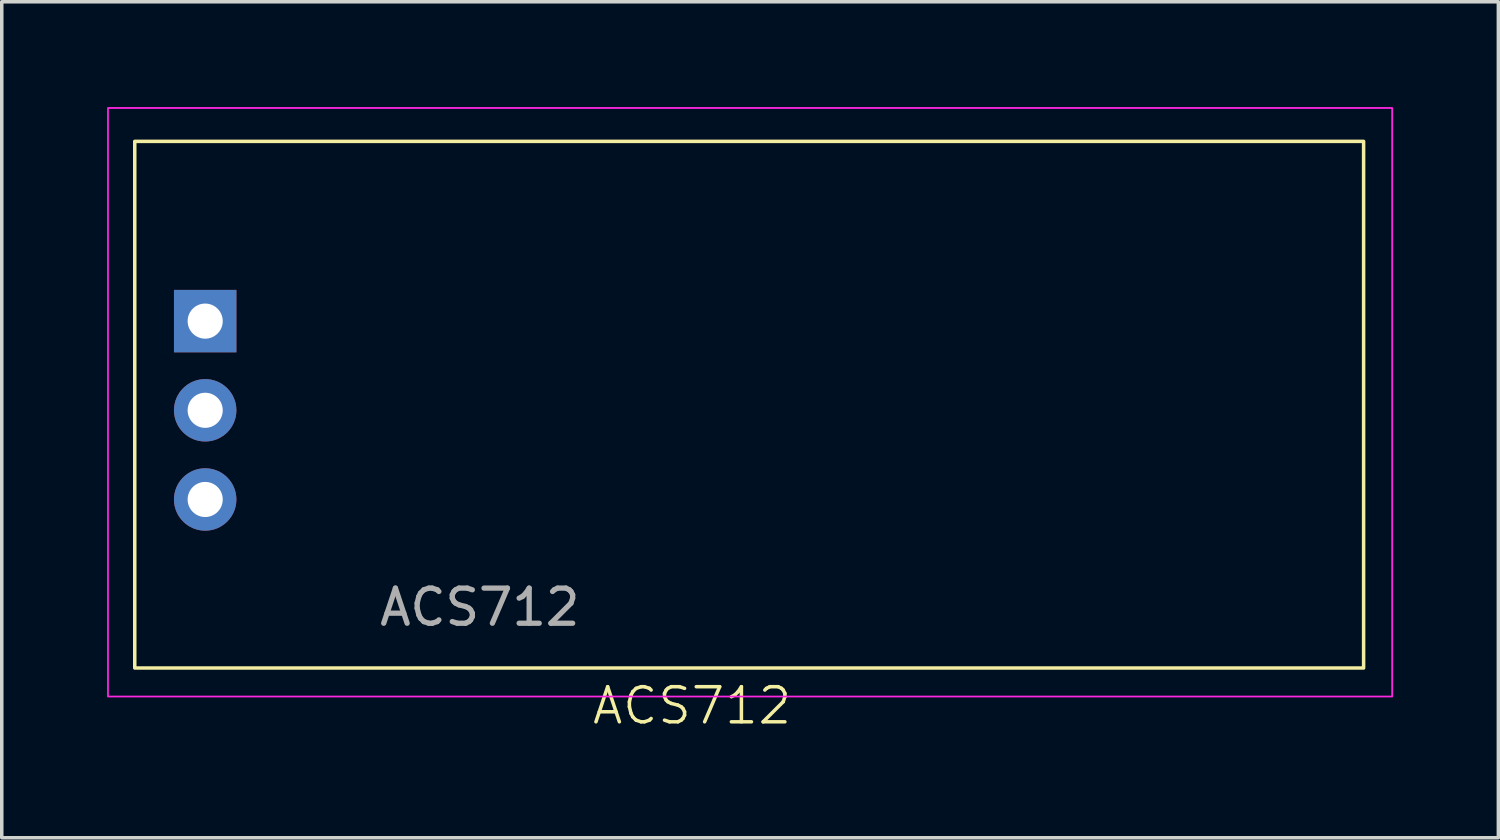
<source format=kicad_pcb>
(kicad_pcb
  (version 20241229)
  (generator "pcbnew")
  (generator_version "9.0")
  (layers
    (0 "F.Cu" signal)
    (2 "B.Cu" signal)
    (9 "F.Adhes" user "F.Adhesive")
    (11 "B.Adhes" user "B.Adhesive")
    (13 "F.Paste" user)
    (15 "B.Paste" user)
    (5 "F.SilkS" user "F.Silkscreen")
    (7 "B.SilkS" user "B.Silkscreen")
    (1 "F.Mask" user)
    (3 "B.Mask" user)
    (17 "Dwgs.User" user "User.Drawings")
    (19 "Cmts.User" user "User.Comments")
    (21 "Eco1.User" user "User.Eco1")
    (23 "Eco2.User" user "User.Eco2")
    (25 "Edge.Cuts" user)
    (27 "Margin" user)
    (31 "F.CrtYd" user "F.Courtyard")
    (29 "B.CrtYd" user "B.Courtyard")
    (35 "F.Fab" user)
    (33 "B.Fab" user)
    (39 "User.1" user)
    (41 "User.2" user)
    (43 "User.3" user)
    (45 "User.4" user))
  (footprint "ACS712"
    (layer "F.Cu")
    (at 16.433 10.744)
    (property "Reference" "ACS712" (at 0.229 6.307 0) (unlocked yes) (layer "F.SilkS") (effects (font (size 1 1) (thickness 0.1))))
    (attr smd)
    (fp_rect (start -15.645 -9.768) (end 19.355 5.232) (stroke (width 0.1) (type default)) (fill no) (layer "F.SilkS"))
    (fp_rect (start -16.408 -10.719) (end 20.168 6.045) (stroke (width 0.05) (type default)) (fill no) (layer "F.CrtYd"))
    (fp_text user "${REFERENCE}" (at -5.816 3.502 0) (unlocked yes) (layer "F.Fab") (effects (font (size 1 1) (thickness 0.15))))
    (pad "1" thru_hole rect (at -13.639 -4.648) (size 1.778 1.778) (drill 1) (layers "*.Cu" "*.Mask"))
    (pad "2" thru_hole circle (at -13.639 -2.108) (size 1.778 1.778) (drill 1) (layers "*.Cu" "*.Mask"))
    (pad "3" thru_hole circle (at -13.639 0.432 270) (size 1.778 1.778) (drill 1) (layers "*.Cu" "*.Mask")))
  (gr_rect
    (start -3 -3)
    (end 39.626 20.811)
    (stroke (width 0.1) (type default))
    (fill no)
    (layer "Edge.Cuts")))
</source>
